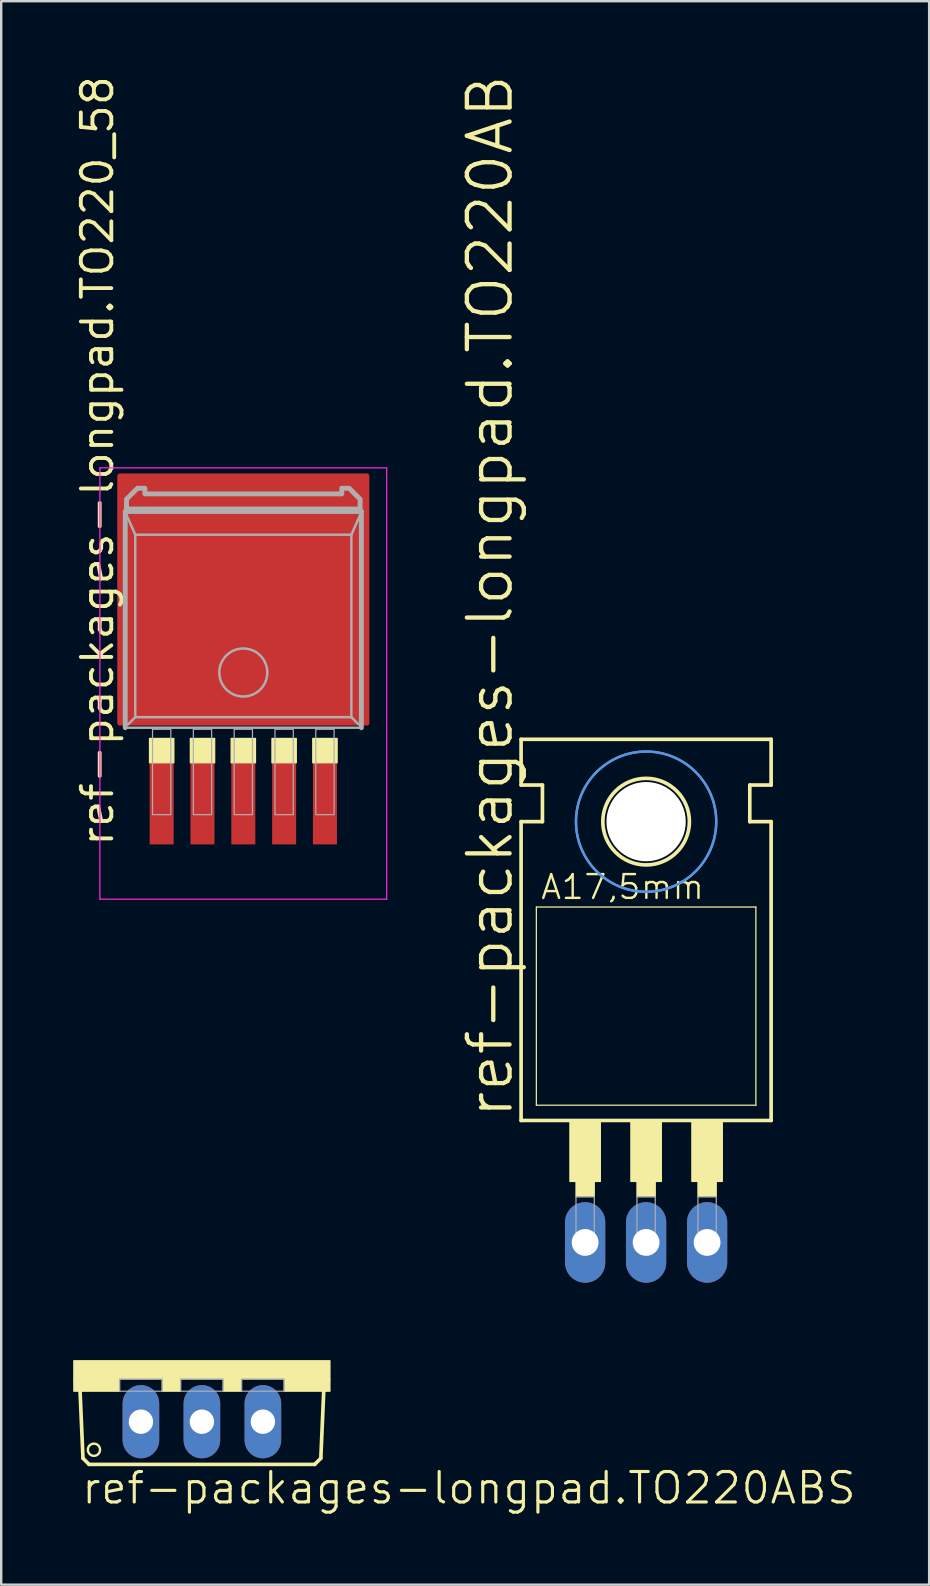
<source format=kicad_pcb>
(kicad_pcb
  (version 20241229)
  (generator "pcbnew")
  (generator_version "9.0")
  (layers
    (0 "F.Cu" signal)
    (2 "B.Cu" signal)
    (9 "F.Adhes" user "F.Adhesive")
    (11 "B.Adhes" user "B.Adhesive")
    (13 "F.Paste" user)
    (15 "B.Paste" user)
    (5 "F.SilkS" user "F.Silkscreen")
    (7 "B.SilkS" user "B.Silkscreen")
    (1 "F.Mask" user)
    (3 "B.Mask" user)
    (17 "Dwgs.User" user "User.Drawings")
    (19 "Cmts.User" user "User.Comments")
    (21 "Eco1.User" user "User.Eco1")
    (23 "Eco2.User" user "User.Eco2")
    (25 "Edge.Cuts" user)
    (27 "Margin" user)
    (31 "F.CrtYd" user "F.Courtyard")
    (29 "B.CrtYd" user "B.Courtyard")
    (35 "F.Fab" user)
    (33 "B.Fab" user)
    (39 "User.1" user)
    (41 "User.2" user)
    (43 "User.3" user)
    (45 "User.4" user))
  (footprint "ref-packages-longpad.TO220ABS"
    (layer "F.Cu")
    (at 5.359 53.625)
    (property "Reference" "ref-packages-longpad.TO220ABS" (at -5.08 6.045 0) (layer "F.SilkS") (effects (font (size 1.27 1.27) (thickness 0.13)) (justify left bottom)))
    (attr through_hole)
    (fp_line (start -4.953 4.064) (end -5.08 1.143) (stroke (width 0.152) (type default)) (layer "F.SilkS"))
    (fp_line (start -4.953 4.064) (end -4.699 4.318) (stroke (width 0.152) (type default)) (layer "F.SilkS"))
    (fp_line (start 4.699 4.318) (end -4.699 4.318) (stroke (width 0.152) (type default)) (layer "F.SilkS"))
    (fp_line (start 4.699 4.318) (end 4.953 4.064) (stroke (width 0.152) (type default)) (layer "F.SilkS"))
    (fp_line (start 5.08 1.143) (end 4.953 4.064) (stroke (width 0.152) (type default)) (layer "F.SilkS"))
    (fp_rect (start -5.334 0.762) (end 5.334 0) (stroke (width 0.05) (type default)) (fill yes) (layer "F.SilkS"))
    (fp_rect (start -5.334 1.27) (end -3.429 0.762) (stroke (width 0.05) (type default)) (fill yes) (layer "F.SilkS"))
    (fp_rect (start -1.651 1.27) (end -0.889 0.762) (stroke (width 0.05) (type default)) (fill yes) (layer "F.SilkS"))
    (fp_rect (start 0.889 1.27) (end 1.651 0.762) (stroke (width 0.05) (type default)) (fill yes) (layer "F.SilkS"))
    (fp_rect (start 3.429 1.27) (end 5.334 0.762) (stroke (width 0.05) (type default)) (fill yes) (layer "F.SilkS"))
    (fp_circle (center -4.496 3.708) (end -4.242 3.708) (stroke (width 0.1) (type default)) (fill no) (layer "F.SilkS"))
    (fp_rect (start -3.429 1.27) (end -1.651 0.762) (stroke (width 0.05) (type default)) (fill no) (layer "F.Fab"))
    (fp_rect (start -0.889 1.27) (end 0.889 0.762) (stroke (width 0.05) (type default)) (fill no) (layer "F.Fab"))
    (fp_rect (start 1.651 1.27) (end 3.429 0.762) (stroke (width 0.05) (type default)) (fill no) (layer "F.Fab"))
    (pad "A1" thru_hole oval (at -2.54 2.54 90) (size 3.048 1.524) (drill 1.016) (layers "*.Cu" "*.Mask"))
    (pad "A2" thru_hole oval (at 2.54 2.54 90) (size 3.048 1.524) (drill 1.016) (layers "*.Cu" "*.Mask"))
    (pad "C" thru_hole oval (at 0 2.54 90) (size 3.048 1.524) (drill 1.016) (layers "*.Cu" "*.Mask")))
  (footprint "ref-packages-longpad.TO220_58"
    (layer "F.Cu")
    (at 7.084 25.42)
    (property "Reference" "ref-packages-longpad.TO220_58" (at -5.334 6.858 90) (layer "F.SilkS") (effects (font (size 1.27 1.27) (thickness 0.16)) (justify left bottom)))
    (attr smd)
    (fp_rect (start -3.908 3.302) (end -2.892 2.286) (stroke (width 0.05) (type default)) (fill yes) (layer "F.SilkS"))
    (fp_rect (start -2.208 3.302) (end -1.192 2.286) (stroke (width 0.05) (type default)) (fill yes) (layer "F.SilkS"))
    (fp_rect (start -0.508 3.302) (end 0.508 2.286) (stroke (width 0.05) (type default)) (fill yes) (layer "F.SilkS"))
    (fp_rect (start 1.192 3.302) (end 2.208 2.286) (stroke (width 0.05) (type default)) (fill yes) (layer "F.SilkS"))
    (fp_rect (start 2.892 3.302) (end 3.908 2.286) (stroke (width 0.05) (type default)) (fill yes) (layer "F.SilkS"))
    (fp_line (start -5.973 -8.983) (end 5.973 -8.983) (stroke (width 0.051) (type default)) (layer "F.CrtYd"))
    (fp_line (start -5.973 8.983) (end -5.973 -8.983) (stroke (width 0.051) (type default)) (layer "F.CrtYd"))
    (fp_line (start 5.973 -8.983) (end 5.973 8.983) (stroke (width 0.051) (type default)) (layer "F.CrtYd"))
    (fp_line (start 5.973 8.983) (end -5.973 8.983) (stroke (width 0.051) (type default)) (layer "F.CrtYd"))
    (fp_line (start -4.917 -7.165) (end 4.917 -7.165) (stroke (width 0.203) (type default)) (layer "F.Fab"))
    (fp_line (start -4.917 1.839) (end -4.917 -7.165) (stroke (width 0.203) (type default)) (layer "F.Fab"))
    (fp_line (start -4.5 -6.2) (end -4.9 -7.1) (stroke (width 0.102) (type default)) (layer "F.Fab"))
    (fp_line (start -4.5 -6.2) (end 4.5 -6.2) (stroke (width 0.102) (type default)) (layer "F.Fab"))
    (fp_line (start -4.5 1.4) (end -4.8 1.7) (stroke (width 0.102) (type default)) (layer "F.Fab"))
    (fp_line (start -4.5 1.4) (end -4.5 -6.2) (stroke (width 0.102) (type default)) (layer "F.Fab"))
    (fp_line (start 4.5 -6.2) (end 4.5 1.4) (stroke (width 0.102) (type default)) (layer "F.Fab"))
    (fp_line (start 4.5 1.4) (end -4.5 1.4) (stroke (width 0.102) (type default)) (layer "F.Fab"))
    (fp_line (start 4.5 1.4) (end 4.8 1.7) (stroke (width 0.102) (type default)) (layer "F.Fab"))
    (fp_line (start 4.9 -7.1) (end 4.5 -6.2) (stroke (width 0.102) (type default)) (layer "F.Fab"))
    (fp_line (start 4.917 -7.165) (end 4.917 1.839) (stroke (width 0.203) (type default)) (layer "F.Fab"))
    (fp_line (start 4.917 1.839) (end -4.917 1.839) (stroke (width 0.102) (type default)) (layer "F.Fab"))
    (fp_rect (start -3.781 5.461) (end -3.019 1.905) (stroke (width 0.05) (type default)) (fill no) (layer "F.Fab"))
    (fp_rect (start -2.081 5.461) (end -1.319 1.905) (stroke (width 0.05) (type default)) (fill no) (layer "F.Fab"))
    (fp_rect (start -0.381 5.461) (end 0.381 1.905) (stroke (width 0.05) (type default)) (fill no) (layer "F.Fab"))
    (fp_rect (start 1.319 5.461) (end 2.081 1.905) (stroke (width 0.05) (type default)) (fill no) (layer "F.Fab"))
    (fp_rect (start 3.019 5.461) (end 3.781 1.905) (stroke (width 0.05) (type default)) (fill no) (layer "F.Fab"))
    (fp_circle (center 0 -0.46) (end 1 -0.46) (stroke (width 0.102) (type default)) (fill no) (layer "F.Fab"))
    (fp_poly (pts (xy -4.865 -7.267) (xy -4.865 -7.678) (xy -4.408 -8.135) (xy -4.1 -8.135) (xy -4.1 -7.9) (xy 4.1 -7.9) (xy 4.1 -8.135) (xy 4.408 -8.135) (xy 4.865 -7.678) (xy 4.865 -7.267)) (stroke (width 0.203) (type default)) (fill no) (layer "F.Fab"))
    (pad "1" smd roundrect (at -3.4 5) (size 1 3.4) (layers "F.Cu" "F.Mask" "F.Paste") (roundrect_rratio 0.01))
    (pad "2" smd roundrect (at -1.7 5) (size 1 3.4) (layers "F.Cu" "F.Mask" "F.Paste") (roundrect_rratio 0.01))
    (pad "3" smd roundrect (at 0 5) (size 1 3.4) (layers "F.Cu" "F.Mask" "F.Paste") (roundrect_rratio 0.01))
    (pad "4" smd roundrect (at 1.7 5) (size 1 3.4) (layers "F.Cu" "F.Mask" "F.Paste") (roundrect_rratio 0.01))
    (pad "5" smd roundrect (at 3.4 5) (size 1 3.4) (layers "F.Cu" "F.Mask" "F.Paste") (roundrect_rratio 0.01))
    (pad "6" smd roundrect (at 0 -3.5) (size 10.5 10.5) (layers "F.Cu" "F.Mask" "F.Paste") (roundrect_rratio 0.01)))
  (footprint "ref-packages-longpad.TO220AB"
    (layer "F.Cu")
    (at 23.861 42.348)
    (property "Reference" "ref-packages-longpad.TO220AB" (at -5.461 1.27 90) (layer "F.SilkS") (effects (font (size 1.778 1.778) (thickness 0.18)) (justify left bottom)))
    (attr through_hole)
    (fp_line (start -5.207 -12.7) (end -5.207 -14.605) (stroke (width 0.152) (type default)) (layer "F.SilkS"))
    (fp_line (start -5.207 -11.176) (end -4.318 -11.176) (stroke (width 0.152) (type default)) (layer "F.SilkS"))
    (fp_line (start -5.207 1.27) (end -5.207 -11.176) (stroke (width 0.152) (type default)) (layer "F.SilkS"))
    (fp_line (start -5.207 1.27) (end 5.207 1.27) (stroke (width 0.152) (type default)) (layer "F.SilkS"))
    (fp_line (start -4.572 0.635) (end -4.572 -7.62) (stroke (width 0.051) (type default)) (layer "F.SilkS"))
    (fp_line (start -4.572 0.635) (end 4.572 0.635) (stroke (width 0.051) (type default)) (layer "F.SilkS"))
    (fp_line (start -4.318 -12.7) (end -5.207 -12.7) (stroke (width 0.152) (type default)) (layer "F.SilkS"))
    (fp_line (start -4.318 -11.176) (end -4.318 -12.7) (stroke (width 0.152) (type default)) (layer "F.SilkS"))
    (fp_line (start 4.318 -12.7) (end 5.207 -12.7) (stroke (width 0.152) (type default)) (layer "F.SilkS"))
    (fp_line (start 4.318 -11.176) (end 4.318 -12.7) (stroke (width 0.152) (type default)) (layer "F.SilkS"))
    (fp_line (start 4.572 -7.62) (end -4.572 -7.62) (stroke (width 0.051) (type default)) (layer "F.SilkS"))
    (fp_line (start 4.572 -7.62) (end 4.572 0.635) (stroke (width 0.051) (type default)) (layer "F.SilkS"))
    (fp_line (start 5.207 -14.605) (end -5.207 -14.605) (stroke (width 0.152) (type default)) (layer "F.SilkS"))
    (fp_line (start 5.207 -12.7) (end 5.207 -14.605) (stroke (width 0.152) (type default)) (layer "F.SilkS"))
    (fp_line (start 5.207 -11.176) (end 4.318 -11.176) (stroke (width 0.152) (type default)) (layer "F.SilkS"))
    (fp_line (start 5.207 1.27) (end 5.207 -11.176) (stroke (width 0.152) (type default)) (layer "F.SilkS"))
    (fp_rect (start -3.175 3.81) (end -1.905 1.27) (stroke (width 0.05) (type default)) (fill yes) (layer "F.SilkS"))
    (fp_rect (start -2.921 4.445) (end -2.159 3.81) (stroke (width 0.05) (type default)) (fill yes) (layer "F.SilkS"))
    (fp_rect (start -0.635 3.81) (end 0.635 1.27) (stroke (width 0.05) (type default)) (fill yes) (layer "F.SilkS"))
    (fp_rect (start -0.381 4.445) (end 0.381 3.81) (stroke (width 0.05) (type default)) (fill yes) (layer "F.SilkS"))
    (fp_rect (start 1.905 3.81) (end 3.175 1.27) (stroke (width 0.05) (type default)) (fill yes) (layer "F.SilkS"))
    (fp_rect (start 2.159 4.445) (end 2.921 3.81) (stroke (width 0.05) (type default)) (fill yes) (layer "F.SilkS"))
    (fp_circle (center 0 -11.176) (end 1.803 -11.176) (stroke (width 0.152) (type default)) (fill no) (layer "F.SilkS"))
    (fp_circle (center 0 -11.176) (end 2.921 -11.176) (stroke (width 0.1) (type default)) (fill no) (layer "Cmts.User"))
    (fp_circle (center 0 -11.176) (end 2.921 -11.176) (stroke (width 0.1) (type default)) (fill no) (layer "Cmts.User"))
    (fp_rect (start -2.921 6.35) (end -2.159 4.445) (stroke (width 0.05) (type default)) (fill no) (layer "F.Fab"))
    (fp_rect (start -0.381 6.35) (end 0.381 4.445) (stroke (width 0.05) (type default)) (fill no) (layer "F.Fab"))
    (fp_rect (start 2.159 6.35) (end 2.921 4.445) (stroke (width 0.05) (type default)) (fill no) (layer "F.Fab"))
    (fp_text user "A17,5mm" (at -4.445 -7.874 0) (layer "F.SilkS") (effects (font (size 0.991 0.991) (thickness 0.1)) (justify left bottom)))
    (pad "" np_thru_hole circle (at 0 -11.176) (size 3.302 3.302) (drill 3.302) (layers "*.Cu" "*.Mask"))
    (pad "A1" thru_hole oval (at -2.54 6.35 90) (size 3.353 1.676) (drill 1.118) (layers "*.Cu" "*.Mask"))
    (pad "A2" thru_hole oval (at 2.54 6.35 90) (size 3.353 1.676) (drill 1.118) (layers "*.Cu" "*.Mask"))
    (pad "C" thru_hole oval (at 0 6.35 90) (size 3.353 1.676) (drill 1.118) (layers "*.Cu" "*.Mask")))
  (gr_rect
    (start -3 -3)
    (end 35.649 62.952)
    (stroke (width 0.1) (type default))
    (fill no)
    (layer "Edge.Cuts")))
</source>
